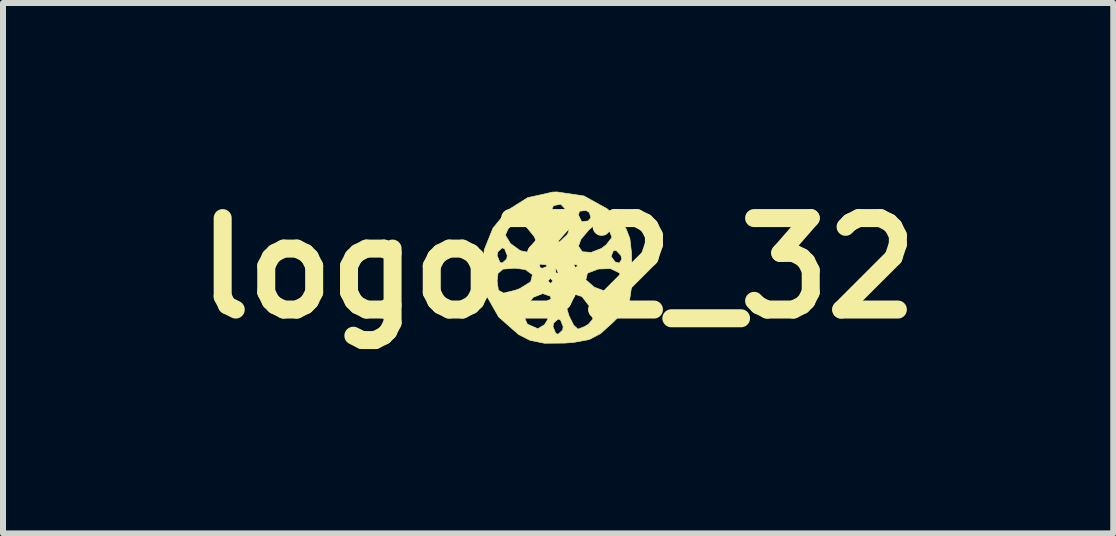
<source format=kicad_pcb>
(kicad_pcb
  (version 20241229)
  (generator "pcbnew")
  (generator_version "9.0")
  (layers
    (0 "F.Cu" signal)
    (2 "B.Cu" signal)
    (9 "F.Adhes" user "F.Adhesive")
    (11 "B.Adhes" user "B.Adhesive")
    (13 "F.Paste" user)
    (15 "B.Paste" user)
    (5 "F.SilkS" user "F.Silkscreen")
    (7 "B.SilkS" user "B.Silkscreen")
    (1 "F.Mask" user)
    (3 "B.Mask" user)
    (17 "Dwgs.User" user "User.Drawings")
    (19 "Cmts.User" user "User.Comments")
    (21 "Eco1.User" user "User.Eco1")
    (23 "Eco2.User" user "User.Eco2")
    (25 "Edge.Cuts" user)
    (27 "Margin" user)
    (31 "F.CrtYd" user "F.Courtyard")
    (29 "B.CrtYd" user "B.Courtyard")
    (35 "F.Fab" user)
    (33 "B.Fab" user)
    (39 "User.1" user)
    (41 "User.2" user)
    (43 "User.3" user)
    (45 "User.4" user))
  (footprint "logo32_32"
    (layer "F.Cu")
    (at 6.248 1.418)
    (property "Reference" "logo32_32" (at 0 0 0) (layer "F.SilkS") (effects (font (size 1.524 1.524) (thickness 0.3))))
    (attr through_hole)
    (fp_poly (pts (xy 0.431 -1.203) (xy 0.817 -0.99) (xy 1.016 -0.806) (xy 1.132 -0.659) (xy 1.196 -0.494) (xy 1.223 -0.257) (xy 1.228 0.005) (xy 1.222 0.321) (xy 1.192 0.526) (xy 1.117 0.68) (xy 0.976 0.841) (xy 0.914 0.903) (xy 0.708 1.089) (xy 0.518 1.189) (xy 0.268 1.235) (xy 0.11 1.248) (xy -0.226 1.251) (xy -0.47 1.201) (xy -0.657 1.106) (xy -0.989 0.814) (xy -0.998 0.799) (xy -0.572 0.799) (xy -0.513 0.929) (xy -0.503 0.936) (xy -0.338 1.008) (xy -0.28 0.974) (xy -0.085 0.974) (xy -0.039 1.086) (xy 0 1.101) (xy 0.075 1.032) (xy 0.085 0.974) (xy 0.039 0.861) (xy 0 0.847) (xy -0.075 0.915) (xy -0.085 0.974) (xy -0.28 0.974) (xy -0.227 0.942) (xy -0.172 0.852) (xy -0.09 0.619) (xy 0.129 0.619) (xy 0.182 0.794) (xy 0.26 0.951) (xy 0.331 1.015) (xy 0.438 0.974) (xy 0.503 0.936) (xy 0.58 0.847) (xy 0.552 0.701) (xy 0.526 0.641) (xy 0.522 0.635) (xy 0.677 0.635) (xy 0.695 0.748) (xy 0.709 0.762) (xy 0.782 0.706) (xy 0.847 0.635) (xy 0.906 0.535) (xy 0.828 0.508) (xy 0.815 0.508) (xy 0.696 0.571) (xy 0.677 0.635) (xy 0.522 0.635) (xy 0.399 0.474) (xy 0.249 0.424) (xy 0.131 0.502) (xy 0.129 0.619) (xy -0.09 0.619) (xy -0.09 0.617) (xy -0.128 0.467) (xy -0.256 0.423) (xy -0.414 0.485) (xy -0.529 0.631) (xy -0.572 0.799) (xy -0.998 0.799) (xy -1.114 0.595) (xy -0.826 0.595) (xy -0.797 0.689) (xy -0.732 0.753) (xy -0.695 0.689) (xy -0.695 0.557) (xy -0.711 0.531) (xy -0.792 0.511) (xy -0.826 0.595) (xy -1.114 0.595) (xy -1.19 0.461) (xy -1.241 0.212) (xy -1.016 0.212) (xy -0.995 0.367) (xy -0.907 0.415) (xy -0.717 0.369) (xy -0.641 0.341) (xy -0.455 0.226) (xy -0.452 0.212) (xy -0.169 0.212) (xy -0.127 0.254) (xy -0.085 0.212) (xy -0.099 0.198) (xy 0.113 0.198) (xy 0.125 0.248) (xy 0.169 0.254) (xy 0.239 0.223) (xy 0.226 0.198) (xy 0.185 0.193) (xy 0.462 0.193) (xy 0.597 0.312) (xy 0.611 0.319) (xy 0.842 0.406) (xy 0.974 0.382) (xy 1.042 0.249) (xy 1.027 0.081) (xy 0.873 0.007) (xy 0.669 0.014) (xy 0.489 0.083) (xy 0.462 0.193) (xy 0.185 0.193) (xy 0.125 0.187) (xy 0.113 0.198) (xy -0.099 0.198) (xy -0.127 0.169) (xy -0.169 0.212) (xy -0.452 0.212) (xy -0.427 0.108) (xy -0.546 0.022) (xy -0.72 0) (xy -0.92 0.016) (xy -1.002 0.087) (xy -1.016 0.212) (xy -1.241 0.212) (xy -1.268 0.077) (xy -1.255 -0.056) (xy -0.31 -0.056) (xy -0.299 -0.006) (xy -0.254 0) (xy -0.042 0) (xy -0.036 0.078) (xy -0.005 0.085) (xy 0.081 0.023) (xy 0.085 0) (xy 0.065 -0.056) (xy 0.198 -0.056) (xy 0.209 -0.006) (xy 0.254 0) (xy 0.324 -0.031) (xy 0.31 -0.056) (xy 0.21 -0.067) (xy 0.198 -0.056) (xy 0.065 -0.056) (xy 0.056 -0.082) (xy 0.047 -0.085) (xy -0.025 -0.025) (xy -0.042 0) (xy -0.254 0) (xy -0.184 -0.031) (xy -0.198 -0.056) (xy -0.298 -0.067) (xy -0.31 -0.056) (xy -1.255 -0.056) (xy -1.24 -0.212) (xy -1.016 -0.212) (xy -0.97 -0.099) (xy -0.931 -0.085) (xy -0.856 -0.153) (xy -0.847 -0.212) (xy -0.864 -0.254) (xy 0 -0.254) (xy 0.031 -0.184) (xy 0.055 -0.197) (xy 0.883 -0.197) (xy 0.95 -0.104) (xy 1.018 -0.085) (xy 1.061 -0.147) (xy 1.047 -0.211) (xy 0.966 -0.297) (xy 0.921 -0.29) (xy 0.883 -0.197) (xy 0.055 -0.197) (xy 0.056 -0.198) (xy 0.067 -0.298) (xy 0.056 -0.31) (xy 0.006 -0.299) (xy 0 -0.254) (xy -0.864 -0.254) (xy -0.892 -0.324) (xy -0.931 -0.339) (xy -1.006 -0.27) (xy -1.016 -0.212) (xy -1.24 -0.212) (xy -1.23 -0.308) (xy -1.132 -0.551) (xy -0.879 -0.551) (xy -0.794 -0.411) (xy -0.79 -0.408) (xy -0.628 -0.291) (xy -0.464 -0.258) (xy -0.355 -0.314) (xy -0.341 -0.368) (xy 0.339 -0.368) (xy 0.402 -0.274) (xy 0.551 -0.263) (xy 0.726 -0.331) (xy 0.804 -0.393) (xy 0.897 -0.513) (xy 0.859 -0.613) (xy 0.813 -0.663) (xy 0.703 -0.744) (xy 0.597 -0.71) (xy 0.511 -0.637) (xy 0.382 -0.483) (xy 0.339 -0.368) (xy -0.341 -0.368) (xy -0.339 -0.375) (xy -0.394 -0.522) (xy -0.518 -0.675) (xy -0.648 -0.76) (xy -0.666 -0.762) (xy -0.773 -0.709) (xy -0.829 -0.662) (xy -0.879 -0.551) (xy -1.132 -0.551) (xy -1.086 -0.665) (xy -0.909 -0.882) (xy -0.551 -0.882) (xy -0.545 -0.838) (xy -0.438 -0.764) (xy -0.351 -0.822) (xy -0.345 -0.855) (xy -0.155 -0.855) (xy -0.154 -0.609) (xy -0.086 -0.463) (xy 0.024 -0.438) (xy 0.149 -0.557) (xy 0.169 -0.593) (xy 0.214 -0.806) (xy 0.185 -0.886) (xy 0.339 -0.886) (xy 0.392 -0.775) (xy 0.499 -0.787) (xy 0.545 -0.838) (xy 0.522 -0.927) (xy 0.465 -0.962) (xy 0.356 -0.949) (xy 0.339 -0.886) (xy 0.185 -0.886) (xy 0.167 -0.936) (xy 0.043 -1.067) (xy -0.077 -1.041) (xy -0.153 -0.869) (xy -0.155 -0.855) (xy -0.345 -0.855) (xy -0.339 -0.886) (xy -0.395 -0.972) (xy -0.465 -0.962) (xy -0.551 -0.882) (xy -0.909 -0.882) (xy -0.842 -0.964) (xy -0.507 -1.175) (xy -0.089 -1.268) (xy -0.017 -1.27) (xy 0.431 -1.203)) (stroke (width 0.01) (type solid)) (fill yes) (layer "F.SilkS")))
  (gr_rect
    (start -3 -3)
    (end 15.497 5.836)
    (stroke (width 0.1) (type default))
    (fill no)
    (layer "Edge.Cuts")))
</source>
